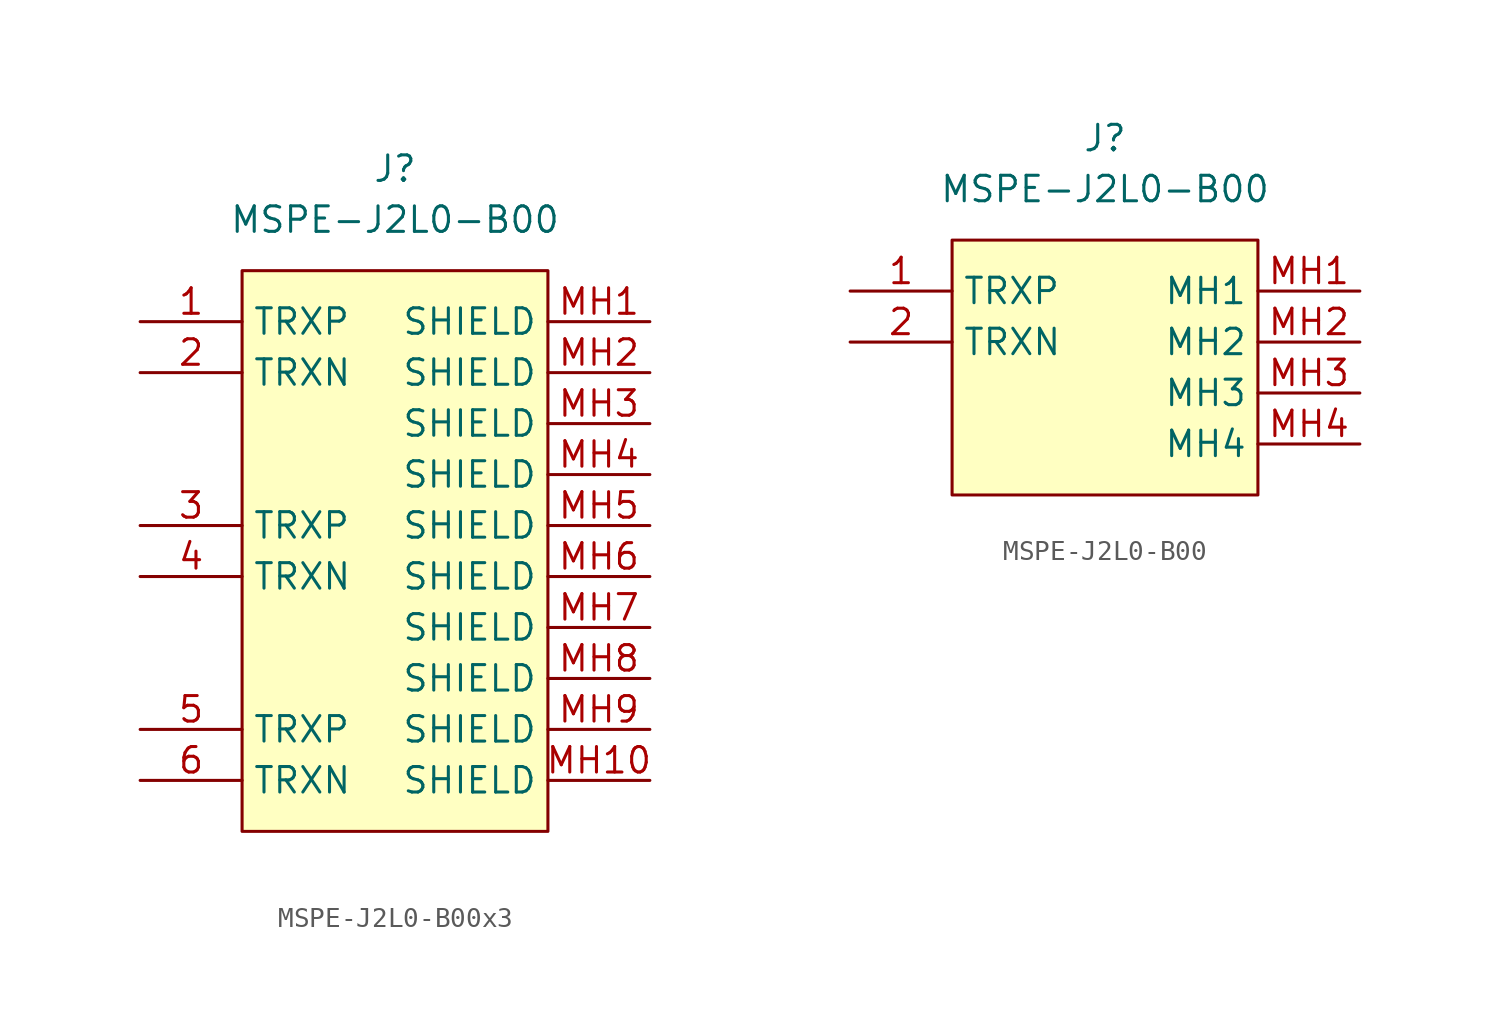
<source format=kicad_sym>
(kicad_symbol_lib
  (version 20241209)
  (generator "kicad_symbol_editor")
  (generator_version "9.0")
  (symbol "MSPE-J2L0-B00x3"
    (property "Reference" "J"
      (at 0 5.08 0)
      (effects (font (size 1.27 1.27))))
    (property "Value" "MSPE-J2L0-B00"
      (at 0 2.54 0)
      (effects (font (size 1.27 1.27))))
    (symbol "MSPE-J2L0-B00x3_1_1"
      (rectangle (start -7.62 0) (end 7.62 -27.94) (stroke (width 0) (type solid)) (fill (type background)))
      (pin passive line (at -12.7 -2.54 0) (length 5.08) (name "TRXP" (effects (font (size 1.27 1.27)))) (number "1" (effects (font (size 1.27 1.27)))))
      (pin passive line (at -12.7 -5.08 0) (length 5.08) (name "TRXN" (effects (font (size 1.27 1.27)))) (number "2" (effects (font (size 1.27 1.27)))))
      (pin passive line (at -12.7 -12.7 0) (length 5.08) (name "TRXP" (effects (font (size 1.27 1.27)))) (number "3" (effects (font (size 1.27 1.27)))))
      (pin passive line (at -12.7 -15.24 0) (length 5.08) (name "TRXN" (effects (font (size 1.27 1.27)))) (number "4" (effects (font (size 1.27 1.27)))))
      (pin passive line (at -12.7 -22.86 0) (length 5.08) (name "TRXP" (effects (font (size 1.27 1.27)))) (number "5" (effects (font (size 1.27 1.27)))))
      (pin passive line (at -12.7 -25.4 0) (length 5.08) (name "TRXN" (effects (font (size 1.27 1.27)))) (number "6" (effects (font (size 1.27 1.27)))))
      (pin passive line (at 12.7 -2.54 180) (length 5.08) (name "SHIELD" (effects (font (size 1.27 1.27)))) (number "MH1" (effects (font (size 1.27 1.27)))))
      (pin passive line (at 12.7 -5.08 180) (length 5.08) (name "SHIELD" (effects (font (size 1.27 1.27)))) (number "MH2" (effects (font (size 1.27 1.27)))))
      (pin passive line (at 12.7 -7.62 180) (length 5.08) (name "SHIELD" (effects (font (size 1.27 1.27)))) (number "MH3" (effects (font (size 1.27 1.27)))))
      (pin passive line (at 12.7 -10.16 180) (length 5.08) (name "SHIELD" (effects (font (size 1.27 1.27)))) (number "MH4" (effects (font (size 1.27 1.27)))))
      (pin passive line (at 12.7 -12.7 180) (length 5.08) (name "SHIELD" (effects (font (size 1.27 1.27)))) (number "MH5" (effects (font (size 1.27 1.27)))))
      (pin passive line (at 12.7 -15.24 180) (length 5.08) (name "SHIELD" (effects (font (size 1.27 1.27)))) (number "MH6" (effects (font (size 1.27 1.27)))))
      (pin passive line (at 12.7 -17.78 180) (length 5.08) (name "SHIELD" (effects (font (size 1.27 1.27)))) (number "MH7" (effects (font (size 1.27 1.27)))))
      (pin passive line (at 12.7 -20.32 180) (length 5.08) (name "SHIELD" (effects (font (size 1.27 1.27)))) (number "MH8" (effects (font (size 1.27 1.27)))))
      (pin passive line (at 12.7 -22.86 180) (length 5.08) (name "SHIELD" (effects (font (size 1.27 1.27)))) (number "MH9" (effects (font (size 1.27 1.27)))))
      (pin passive line (at 12.7 -25.4 180) (length 5.08) (name "SHIELD" (effects (font (size 1.27 1.27)))) (number "MH10" (effects (font (size 1.27 1.27)))))))
  (symbol "MSPE-J2L0-B00"
    (property "Reference" "J"
      (at 0 5.08 0)
      (effects (font (size 1.27 1.27))))
    (property "Value" "MSPE-J2L0-B00"
      (at 0 2.54 0)
      (effects (font (size 1.27 1.27))))
    (symbol "MSPE-J2L0-B00_1_1"
      (rectangle (start -7.62 0) (end 7.62 -12.7) (stroke (width 0) (type solid)) (fill (type background)))
      (pin passive line (at -12.7 -2.54 0) (length 5.08) (name "TRXP" (effects (font (size 1.27 1.27)))) (number "1" (effects (font (size 1.27 1.27)))))
      (pin passive line (at -12.7 -5.08 0) (length 5.08) (name "TRXN" (effects (font (size 1.27 1.27)))) (number "2" (effects (font (size 1.27 1.27)))))
      (pin passive line (at 12.7 -2.54 180) (length 5.08) (name "MH1" (effects (font (size 1.27 1.27)))) (number "MH1" (effects (font (size 1.27 1.27)))))
      (pin passive line (at 12.7 -5.08 180) (length 5.08) (name "MH2" (effects (font (size 1.27 1.27)))) (number "MH2" (effects (font (size 1.27 1.27)))))
      (pin passive line (at 12.7 -7.62 180) (length 5.08) (name "MH3" (effects (font (size 1.27 1.27)))) (number "MH3" (effects (font (size 1.27 1.27)))))
      (pin passive line (at 12.7 -10.16 180) (length 5.08) (name "MH4" (effects (font (size 1.27 1.27)))) (number "MH4" (effects (font (size 1.27 1.27))))))))
</source>
